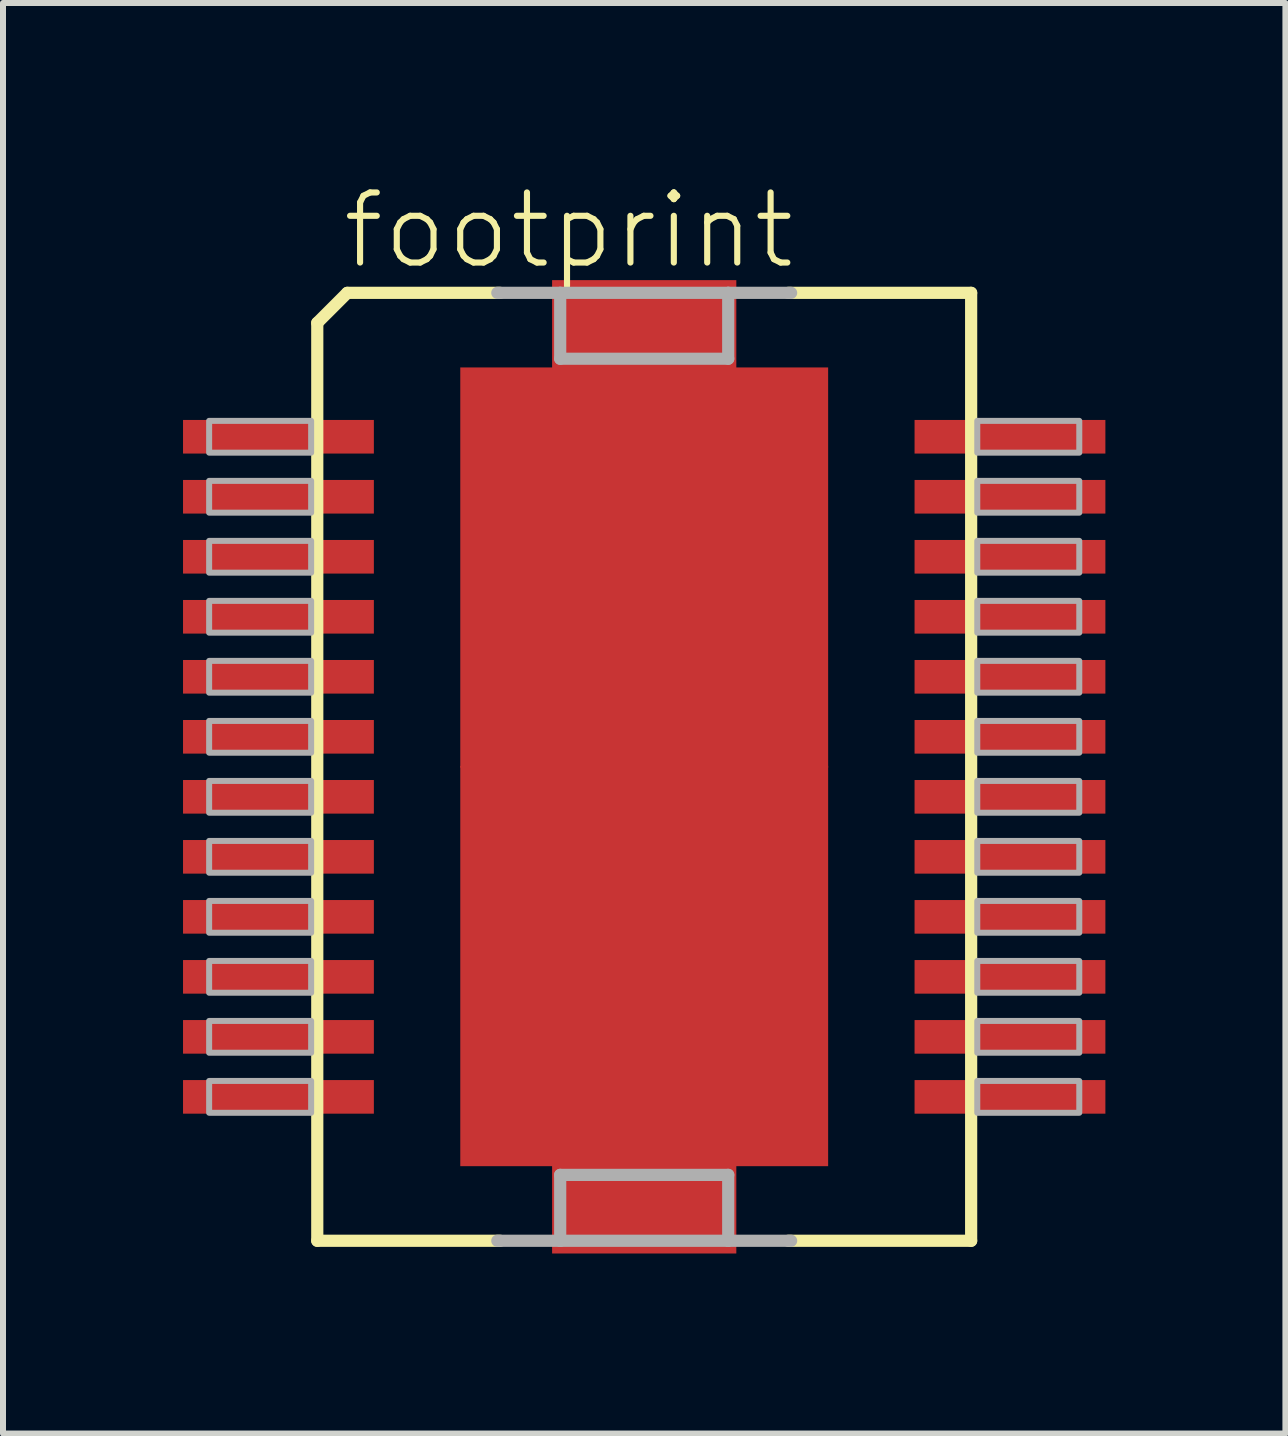
<source format=kicad_pcb>
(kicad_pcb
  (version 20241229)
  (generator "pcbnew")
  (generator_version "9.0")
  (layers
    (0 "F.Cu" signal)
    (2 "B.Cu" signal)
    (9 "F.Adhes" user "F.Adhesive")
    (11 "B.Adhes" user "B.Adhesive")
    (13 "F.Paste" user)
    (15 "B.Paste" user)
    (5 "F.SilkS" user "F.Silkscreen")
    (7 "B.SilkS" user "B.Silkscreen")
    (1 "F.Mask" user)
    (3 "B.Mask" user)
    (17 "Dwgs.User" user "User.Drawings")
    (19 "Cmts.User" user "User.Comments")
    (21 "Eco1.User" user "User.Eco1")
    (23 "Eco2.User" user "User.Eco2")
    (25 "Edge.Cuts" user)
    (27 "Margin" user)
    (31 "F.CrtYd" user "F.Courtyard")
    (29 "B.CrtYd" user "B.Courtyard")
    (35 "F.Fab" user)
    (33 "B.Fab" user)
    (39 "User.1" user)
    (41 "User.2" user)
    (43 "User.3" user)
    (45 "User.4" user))
  (footprint "footprint"
    (layer "F.Cu")
    (at 7.685 9.728)
    (property "Reference" "footprint" (at -5.08 -8.255 0) (layer "F.SilkS") (effects (font (size 1.168 1.168) (thickness 0.102)) (justify left bottom)))
    (fp_line (start -5.448 -7.398) (end -5.448 7.898) (stroke (width 0.203) (type solid)) (layer "F.SilkS"))
    (fp_line (start -5.448 7.898) (end -2.4 7.898) (stroke (width 0.203) (type solid)) (layer "F.SilkS"))
    (fp_line (start -4.948 -7.898) (end -5.448 -7.398) (stroke (width 0.203) (type solid)) (layer "F.SilkS"))
    (fp_line (start -2.4 -7.898) (end -4.948 -7.898) (stroke (width 0.203) (type solid)) (layer "F.SilkS"))
    (fp_line (start 2.4 7.898) (end 5.448 7.898) (stroke (width 0.203) (type solid)) (layer "F.SilkS"))
    (fp_line (start 5.448 -7.898) (end 2.4 -7.898) (stroke (width 0.203) (type solid)) (layer "F.SilkS"))
    (fp_line (start 5.448 7.898) (end 5.448 -7.898) (stroke (width 0.203) (type solid)) (layer "F.SilkS"))
    (fp_line (start -2.448 7.898) (end -1.4 7.898) (stroke (width 0.203) (type solid)) (layer "F.Fab"))
    (fp_line (start -1.4 -7.898) (end -2.448 -7.898) (stroke (width 0.203) (type solid)) (layer "F.Fab"))
    (fp_line (start -1.4 -7.898) (end -1.4 -6.8) (stroke (width 0.203) (type solid)) (layer "F.Fab"))
    (fp_line (start -1.4 -6.8) (end 1.4 -6.8) (stroke (width 0.203) (type solid)) (layer "F.Fab"))
    (fp_line (start -1.4 6.8) (end -1.4 7.898) (stroke (width 0.203) (type solid)) (layer "F.Fab"))
    (fp_line (start -1.4 7.898) (end 1.4 7.898) (stroke (width 0.203) (type solid)) (layer "F.Fab"))
    (fp_line (start 1.4 -7.898) (end -1.4 -7.898) (stroke (width 0.203) (type solid)) (layer "F.Fab"))
    (fp_line (start 1.4 -6.8) (end 1.4 -7.898) (stroke (width 0.203) (type solid)) (layer "F.Fab"))
    (fp_line (start 1.4 6.8) (end -1.4 6.8) (stroke (width 0.203) (type solid)) (layer "F.Fab"))
    (fp_line (start 1.4 7.898) (end 1.4 6.8) (stroke (width 0.203) (type solid)) (layer "F.Fab"))
    (fp_line (start 1.4 7.898) (end 2.448 7.898) (stroke (width 0.203) (type solid)) (layer "F.Fab"))
    (fp_line (start 2.448 -7.898) (end 1.4 -7.898) (stroke (width 0.203) (type solid)) (layer "F.Fab"))
    (fp_poly (pts (xy -7.25 -5.235) (xy -5.55 -5.235) (xy -5.55 -5.765) (xy -7.25 -5.765)) (stroke (width 0.1) (type solid)) (fill no) (layer "F.Fab"))
    (fp_poly (pts (xy -7.25 -4.235) (xy -5.55 -4.235) (xy -5.55 -4.765) (xy -7.25 -4.765)) (stroke (width 0.1) (type solid)) (fill no) (layer "F.Fab"))
    (fp_poly (pts (xy -7.25 -3.235) (xy -5.55 -3.235) (xy -5.55 -3.765) (xy -7.25 -3.765)) (stroke (width 0.1) (type solid)) (fill no) (layer "F.Fab"))
    (fp_poly (pts (xy -7.25 -2.235) (xy -5.55 -2.235) (xy -5.55 -2.765) (xy -7.25 -2.765)) (stroke (width 0.1) (type solid)) (fill no) (layer "F.Fab"))
    (fp_poly (pts (xy -7.25 -1.235) (xy -5.55 -1.235) (xy -5.55 -1.765) (xy -7.25 -1.765)) (stroke (width 0.1) (type solid)) (fill no) (layer "F.Fab"))
    (fp_poly (pts (xy -7.25 -0.235) (xy -5.55 -0.235) (xy -5.55 -0.765) (xy -7.25 -0.765)) (stroke (width 0.1) (type solid)) (fill no) (layer "F.Fab"))
    (fp_poly (pts (xy -7.25 0.765) (xy -5.55 0.765) (xy -5.55 0.235) (xy -7.25 0.235)) (stroke (width 0.1) (type solid)) (fill no) (layer "F.Fab"))
    (fp_poly (pts (xy -7.25 1.765) (xy -5.55 1.765) (xy -5.55 1.235) (xy -7.25 1.235)) (stroke (width 0.1) (type solid)) (fill no) (layer "F.Fab"))
    (fp_poly (pts (xy -7.25 2.765) (xy -5.55 2.765) (xy -5.55 2.235) (xy -7.25 2.235)) (stroke (width 0.1) (type solid)) (fill no) (layer "F.Fab"))
    (fp_poly (pts (xy -7.25 3.765) (xy -5.55 3.765) (xy -5.55 3.235) (xy -7.25 3.235)) (stroke (width 0.1) (type solid)) (fill no) (layer "F.Fab"))
    (fp_poly (pts (xy -7.25 4.765) (xy -5.55 4.765) (xy -5.55 4.235) (xy -7.25 4.235)) (stroke (width 0.1) (type solid)) (fill no) (layer "F.Fab"))
    (fp_poly (pts (xy -7.25 5.765) (xy -5.55 5.765) (xy -5.55 5.235) (xy -7.25 5.235)) (stroke (width 0.1) (type solid)) (fill no) (layer "F.Fab"))
    (fp_poly (pts (xy 5.55 -5.235) (xy 7.25 -5.235) (xy 7.25 -5.765) (xy 5.55 -5.765)) (stroke (width 0.1) (type solid)) (fill no) (layer "F.Fab"))
    (fp_poly (pts (xy 5.55 -4.235) (xy 7.25 -4.235) (xy 7.25 -4.765) (xy 5.55 -4.765)) (stroke (width 0.1) (type solid)) (fill no) (layer "F.Fab"))
    (fp_poly (pts (xy 5.55 -3.235) (xy 7.25 -3.235) (xy 7.25 -3.765) (xy 5.55 -3.765)) (stroke (width 0.1) (type solid)) (fill no) (layer "F.Fab"))
    (fp_poly (pts (xy 5.55 -2.235) (xy 7.25 -2.235) (xy 7.25 -2.765) (xy 5.55 -2.765)) (stroke (width 0.1) (type solid)) (fill no) (layer "F.Fab"))
    (fp_poly (pts (xy 5.55 -1.235) (xy 7.25 -1.235) (xy 7.25 -1.765) (xy 5.55 -1.765)) (stroke (width 0.1) (type solid)) (fill no) (layer "F.Fab"))
    (fp_poly (pts (xy 5.55 -0.235) (xy 7.25 -0.235) (xy 7.25 -0.765) (xy 5.55 -0.765)) (stroke (width 0.1) (type solid)) (fill no) (layer "F.Fab"))
    (fp_poly (pts (xy 5.55 0.765) (xy 7.25 0.765) (xy 7.25 0.235) (xy 5.55 0.235)) (stroke (width 0.1) (type solid)) (fill no) (layer "F.Fab"))
    (fp_poly (pts (xy 5.55 1.765) (xy 7.25 1.765) (xy 7.25 1.235) (xy 5.55 1.235)) (stroke (width 0.1) (type solid)) (fill no) (layer "F.Fab"))
    (fp_poly (pts (xy 5.55 2.765) (xy 7.25 2.765) (xy 7.25 2.235) (xy 5.55 2.235)) (stroke (width 0.1) (type solid)) (fill no) (layer "F.Fab"))
    (fp_poly (pts (xy 5.55 3.765) (xy 7.25 3.765) (xy 7.25 3.235) (xy 5.55 3.235)) (stroke (width 0.1) (type solid)) (fill no) (layer "F.Fab"))
    (fp_poly (pts (xy 5.55 4.765) (xy 7.25 4.765) (xy 7.25 4.235) (xy 5.55 4.235)) (stroke (width 0.1) (type solid)) (fill no) (layer "F.Fab"))
    (fp_poly (pts (xy 5.55 5.765) (xy 7.25 5.765) (xy 7.25 5.235) (xy 5.55 5.235)) (stroke (width 0.1) (type solid)) (fill no) (layer "F.Fab"))
    (pad "1" smd rect (at -6.095 -5.5) (size 3.18 0.56) (layers "F.Cu" "F.Mask" "F.Paste"))
    (pad "2" smd rect (at -6.095 -4.5) (size 3.18 0.56) (layers "F.Cu" "F.Mask" "F.Paste"))
    (pad "3" smd rect (at -6.095 -3.5) (size 3.18 0.56) (layers "F.Cu" "F.Mask" "F.Paste"))
    (pad "4" smd rect (at -6.095 -2.5) (size 3.18 0.56) (layers "F.Cu" "F.Mask" "F.Paste"))
    (pad "5" smd rect (at -6.095 -1.5) (size 3.18 0.56) (layers "F.Cu" "F.Mask" "F.Paste"))
    (pad "6" smd rect (at -6.095 -0.5) (size 3.18 0.56) (layers "F.Cu" "F.Mask" "F.Paste"))
    (pad "7" smd rect (at -6.095 0.5) (size 3.18 0.56) (layers "F.Cu" "F.Mask" "F.Paste"))
    (pad "8" smd rect (at -6.095 1.5) (size 3.18 0.56) (layers "F.Cu" "F.Mask" "F.Paste"))
    (pad "9" smd rect (at -6.095 2.5) (size 3.18 0.56) (layers "F.Cu" "F.Mask" "F.Paste"))
    (pad "10" smd rect (at -6.095 3.5) (size 3.18 0.56) (layers "F.Cu" "F.Mask" "F.Paste"))
    (pad "11" smd rect (at -6.095 4.5) (size 3.18 0.56) (layers "F.Cu" "F.Mask" "F.Paste"))
    (pad "12" smd rect (at -6.095 5.5) (size 3.18 0.56) (layers "F.Cu" "F.Mask" "F.Paste"))
    (pad "13" smd rect (at 6.095 5.5) (size 3.18 0.56) (layers "F.Cu" "F.Mask" "F.Paste"))
    (pad "14" smd rect (at 6.095 4.5) (size 3.18 0.56) (layers "F.Cu" "F.Mask" "F.Paste"))
    (pad "15" smd rect (at 6.095 3.5) (size 3.18 0.56) (layers "F.Cu" "F.Mask" "F.Paste"))
    (pad "16" smd rect (at 6.095 2.5) (size 3.18 0.56) (layers "F.Cu" "F.Mask" "F.Paste"))
    (pad "17" smd rect (at 6.095 1.5) (size 3.18 0.56) (layers "F.Cu" "F.Mask" "F.Paste"))
    (pad "18" smd rect (at 6.095 0.5) (size 3.18 0.56) (layers "F.Cu" "F.Mask" "F.Paste"))
    (pad "19" smd rect (at 6.095 -0.5) (size 3.18 0.56) (layers "F.Cu" "F.Mask" "F.Paste"))
    (pad "20" smd rect (at 6.095 -1.5) (size 3.18 0.56) (layers "F.Cu" "F.Mask" "F.Paste"))
    (pad "21" smd rect (at 6.095 -2.5) (size 3.18 0.56) (layers "F.Cu" "F.Mask" "F.Paste"))
    (pad "22" smd rect (at 6.095 -3.5) (size 3.18 0.56) (layers "F.Cu" "F.Mask" "F.Paste"))
    (pad "23" smd rect (at 6.095 -4.5) (size 3.18 0.56) (layers "F.Cu" "F.Mask" "F.Paste"))
    (pad "24" smd rect (at 6.095 -5.5) (size 3.18 0.56) (layers "F.Cu" "F.Mask" "F.Paste"))
    (pad "E@1" smd rect (at 0 3.32) (size 6.13 6.67) (layers "F.Cu" "F.Mask" "F.Paste"))
    (pad "E@2" smd rect (at 0 -3.32) (size 6.13 6.67) (layers "F.Cu" "F.Mask" "F.Paste"))
    (pad "E@3" smd rect (at 0 7.375) (size 3.07 1.47) (layers "F.Cu" "F.Mask" "F.Paste"))
    (pad "E@4" smd rect (at 0 -7.375) (size 3.07 1.47) (layers "F.Cu" "F.Mask" "F.Paste")))
  (gr_rect
    (start -3 -3)
    (end 18.37 20.838)
    (stroke (width 0.1) (type default))
    (fill no)
    (layer "Edge.Cuts")))
</source>
